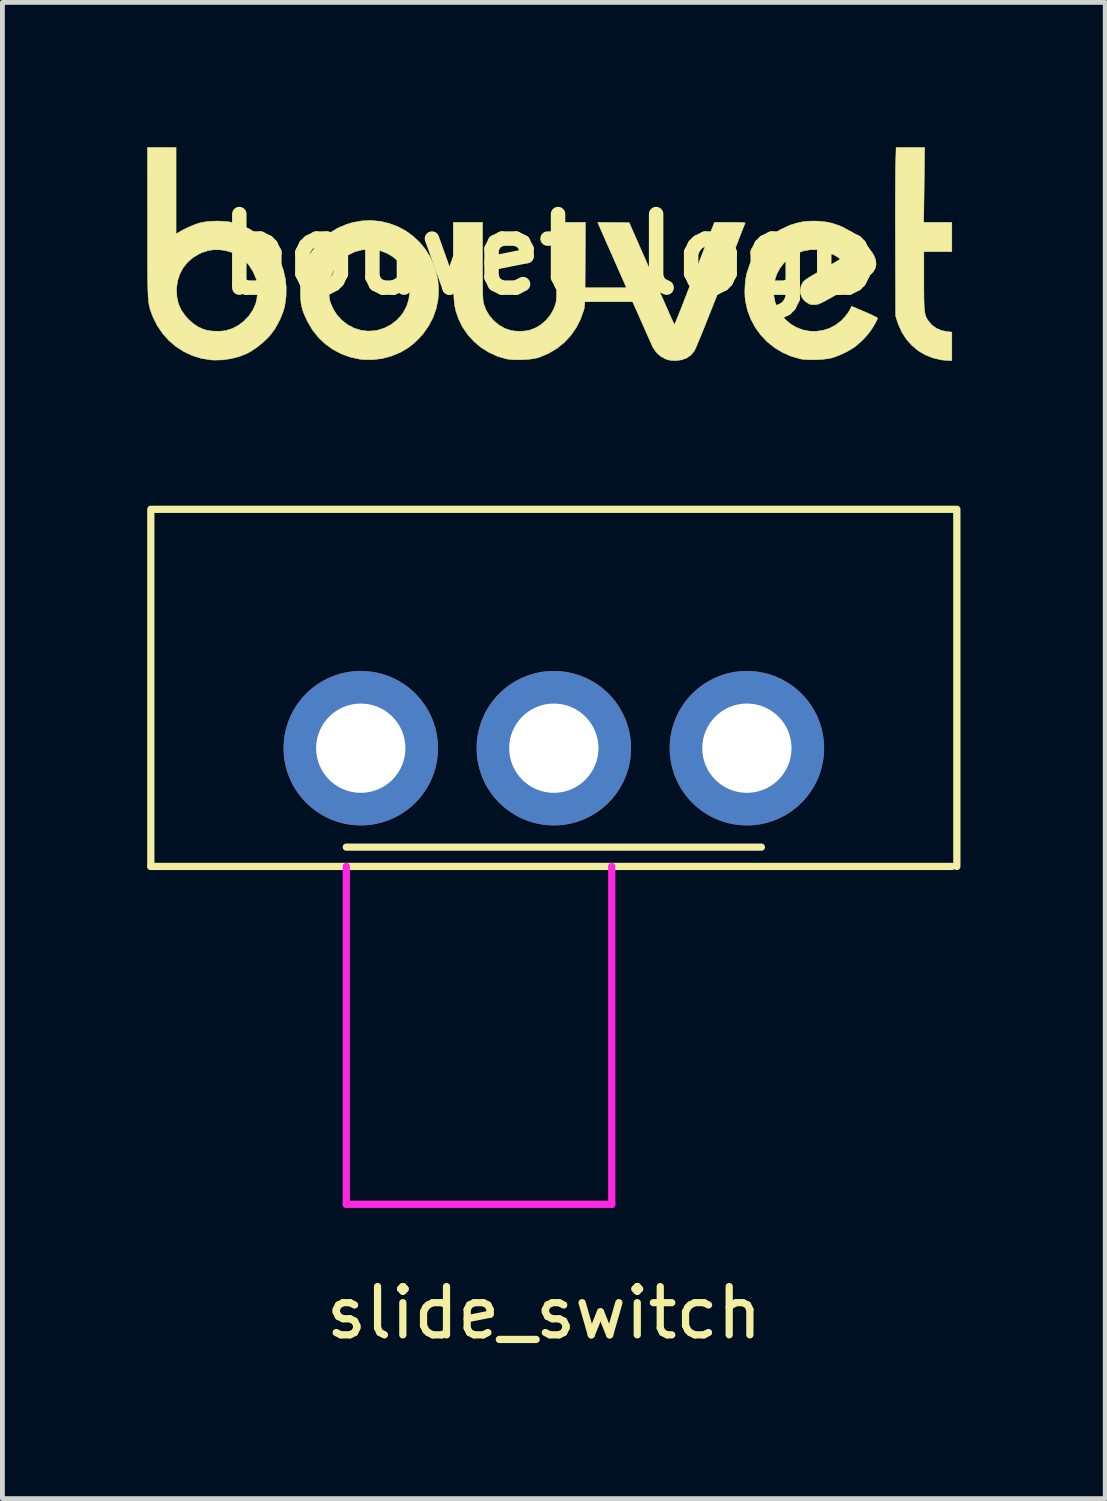
<source format=kicad_pcb>
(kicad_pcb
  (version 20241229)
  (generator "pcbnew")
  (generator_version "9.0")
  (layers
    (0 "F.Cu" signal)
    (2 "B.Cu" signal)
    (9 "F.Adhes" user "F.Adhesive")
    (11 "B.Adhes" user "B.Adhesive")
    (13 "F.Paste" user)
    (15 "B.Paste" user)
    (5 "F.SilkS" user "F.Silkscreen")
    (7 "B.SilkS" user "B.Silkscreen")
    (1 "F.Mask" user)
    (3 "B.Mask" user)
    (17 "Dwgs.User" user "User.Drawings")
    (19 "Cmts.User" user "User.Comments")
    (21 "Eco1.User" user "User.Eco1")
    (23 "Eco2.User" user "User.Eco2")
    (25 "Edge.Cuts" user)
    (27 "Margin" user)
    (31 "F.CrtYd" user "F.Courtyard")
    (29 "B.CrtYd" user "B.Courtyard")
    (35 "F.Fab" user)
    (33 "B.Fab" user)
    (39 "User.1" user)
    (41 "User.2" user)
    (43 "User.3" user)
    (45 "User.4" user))
  (footprint "slide_switch"
    (layer "F.Cu")
    (at 8.425 11.202)
    (property "Reference" "slide_switch" (at -0.2 12.95 0) (layer "F.SilkS") (effects (font (size 1 1) (thickness 0.15))))
    (attr through_hole)
    (fp_line (start -8.35 -3.7) (end -8.35 3.7) (stroke (width 0.15) (type solid)) (layer "F.SilkS"))
    (fp_line (start -8.35 3.7) (end 8.25 3.7) (stroke (width 0.15) (type solid)) (layer "F.SilkS"))
    (fp_line (start -8.3 -3.7) (end 8.3 -3.7) (stroke (width 0.15) (type solid)) (layer "F.SilkS"))
    (fp_line (start -4.3 3.3) (end 4.3 3.3) (stroke (width 0.15) (type solid)) (layer "F.SilkS"))
    (fp_line (start 8.35 -3.7) (end 8.35 3.7) (stroke (width 0.15) (type solid)) (layer "F.SilkS"))
    (fp_line (start -4.3 3.7) (end -4.3 10.7) (stroke (width 0.15) (type solid)) (layer "F.CrtYd"))
    (fp_line (start -4.3 10.7) (end 1.2 10.7) (stroke (width 0.15) (type solid)) (layer "F.CrtYd"))
    (fp_line (start 1.2 3.7) (end 1.2 10.7) (stroke (width 0.15) (type solid)) (layer "F.CrtYd"))
    (pad "1" thru_hole circle (at -4 1.25) (size 3.2 3.2) (drill 1.85) (layers "*.Cu" "*.Mask"))
    (pad "2" thru_hole circle (at 0 1.25) (size 3.2 3.2) (drill 1.85) (layers "*.Cu" "*.Mask"))
    (pad "3" thru_hole circle (at 4 1.25) (size 3.2 3.2) (drill 1.85) (layers "*.Cu" "*.Mask")))
  (footprint "bouvet_logo"
    (layer "F.Cu")
    (at 8.331 2.22)
    (property "Reference" "bouvet_logo" (at 0 0 0) (layer "F.SilkS") (effects (font (size 1.524 1.524) (thickness 0.3))))
    (attr through_hole)
    (fp_poly (pts (xy 7.767 -1.439) (xy 7.757 -0.663) (xy 8.34 -0.663) (xy 8.34 -0.056) (xy 7.761 -0.056) (xy 7.761 0.54) (xy 7.761 0.7) (xy 7.762 0.834) (xy 7.763 0.945) (xy 7.766 1.037) (xy 7.77 1.112) (xy 7.776 1.172) (xy 7.784 1.222) (xy 7.794 1.262) (xy 7.806 1.297) (xy 7.822 1.329) (xy 7.841 1.361) (xy 7.853 1.378) (xy 7.927 1.465) (xy 8.019 1.532) (xy 8.128 1.578) (xy 8.244 1.601) (xy 8.34 1.611) (xy 8.34 2.201) (xy 8.273 2.2) (xy 8.219 2.196) (xy 8.156 2.19) (xy 8.121 2.186) (xy 7.951 2.147) (xy 7.791 2.083) (xy 7.645 1.997) (xy 7.514 1.888) (xy 7.4 1.76) (xy 7.305 1.613) (xy 7.231 1.449) (xy 7.208 1.38) (xy 7.176 1.277) (xy 7.171 -0.127) (xy 7.171 -0.332) (xy 7.17 -0.536) (xy 7.17 -0.735) (xy 7.17 -0.927) (xy 7.17 -1.109) (xy 7.171 -1.28) (xy 7.171 -1.435) (xy 7.172 -1.573) (xy 7.173 -1.692) (xy 7.174 -1.788) (xy 7.176 -1.859) (xy 7.176 -1.873) (xy 7.186 -2.215) (xy 7.777 -2.215) (xy 7.767 -1.439)) (stroke (width 0.01) (type solid)) (fill yes) (layer "F.SilkS"))
    (fp_poly (pts (xy -1.383 0.136) (xy -1.383 0.311) (xy -1.382 0.46) (xy -1.382 0.585) (xy -1.381 0.69) (xy -1.38 0.775) (xy -1.378 0.844) (xy -1.375 0.899) (xy -1.373 0.942) (xy -1.369 0.976) (xy -1.365 1.002) (xy -1.361 1.021) (xy -1.313 1.15) (xy -1.242 1.27) (xy -1.15 1.376) (xy -1.043 1.465) (xy -0.922 1.534) (xy -0.811 1.573) (xy -0.723 1.588) (xy -0.621 1.594) (xy -0.518 1.589) (xy -0.427 1.575) (xy -0.417 1.573) (xy -0.286 1.525) (xy -0.167 1.453) (xy -0.061 1.36) (xy 0.028 1.249) (xy 0.096 1.125) (xy 0.134 1.015) (xy 0.139 0.994) (xy 0.143 0.965) (xy 0.146 0.925) (xy 0.149 0.874) (xy 0.151 0.808) (xy 0.152 0.726) (xy 0.154 0.624) (xy 0.154 0.502) (xy 0.155 0.357) (xy 0.155 0.186) (xy 0.155 0.138) (xy 0.155 -0.663) (xy 0.749 -0.663) (xy 0.744 0.201) (xy 0.743 0.38) (xy 0.742 0.534) (xy 0.741 0.664) (xy 0.74 0.772) (xy 0.739 0.862) (xy 0.737 0.935) (xy 0.735 0.993) (xy 0.732 1.04) (xy 0.729 1.076) (xy 0.725 1.105) (xy 0.721 1.129) (xy 0.715 1.151) (xy 0.714 1.157) (xy 0.645 1.349) (xy 0.553 1.526) (xy 0.441 1.686) (xy 0.309 1.827) (xy 0.159 1.948) (xy -0.008 2.048) (xy -0.189 2.125) (xy -0.255 2.146) (xy -0.33 2.162) (xy -0.424 2.174) (xy -0.531 2.181) (xy -0.64 2.184) (xy -0.745 2.182) (xy -0.837 2.174) (xy -0.894 2.165) (xy -1.079 2.11) (xy -1.253 2.03) (xy -1.414 1.929) (xy -1.559 1.807) (xy -1.686 1.667) (xy -1.793 1.512) (xy -1.878 1.342) (xy -1.933 1.184) (xy -1.944 1.137) (xy -1.955 1.088) (xy -1.963 1.034) (xy -1.97 0.973) (xy -1.976 0.902) (xy -1.98 0.818) (xy -1.984 0.72) (xy -1.986 0.605) (xy -1.988 0.469) (xy -1.989 0.311) (xy -1.989 0.128) (xy -1.989 0.074) (xy -1.99 -0.663) (xy -1.383 -0.663) (xy -1.383 0.136)) (stroke (width 0.01) (type solid)) (fill yes) (layer "F.SilkS"))
    (fp_poly (pts (xy 1.329 -0.66) (xy 1.656 -0.656) (xy 1.761 -0.416) (xy 1.789 -0.352) (xy 1.827 -0.267) (xy 1.872 -0.163) (xy 1.924 -0.046) (xy 1.98 0.081) (xy 2.039 0.215) (xy 2.099 0.349) (xy 2.138 0.437) (xy 2.196 0.57) (xy 2.254 0.701) (xy 2.31 0.828) (xy 2.363 0.946) (xy 2.41 1.053) (xy 2.45 1.144) (xy 2.481 1.215) (xy 2.498 1.252) (xy 2.528 1.321) (xy 2.555 1.38) (xy 2.577 1.424) (xy 2.591 1.449) (xy 2.595 1.453) (xy 2.601 1.44) (xy 2.617 1.404) (xy 2.641 1.346) (xy 2.671 1.271) (xy 2.708 1.18) (xy 2.749 1.076) (xy 2.793 0.962) (xy 2.82 0.892) (xy 2.877 0.746) (xy 2.939 0.586) (xy 3.004 0.418) (xy 3.069 0.249) (xy 3.132 0.087) (xy 3.189 -0.062) (xy 3.229 -0.166) (xy 3.422 -0.663) (xy 3.744 -0.663) (xy 3.835 -0.663) (xy 3.916 -0.661) (xy 3.982 -0.66) (xy 4.03 -0.657) (xy 4.056 -0.654) (xy 4.059 -0.653) (xy 4.053 -0.637) (xy 4.037 -0.599) (xy 4.014 -0.541) (xy 3.986 -0.467) (xy 3.952 -0.381) (xy 3.915 -0.285) (xy 3.909 -0.268) (xy 3.812 -0.018) (xy 3.718 0.224) (xy 3.628 0.456) (xy 3.541 0.678) (xy 3.459 0.887) (xy 3.382 1.083) (xy 3.31 1.263) (xy 3.245 1.428) (xy 3.186 1.575) (xy 3.134 1.702) (xy 3.089 1.81) (xy 3.053 1.896) (xy 3.025 1.959) (xy 3.007 1.997) (xy 3.001 2.007) (xy 2.93 2.09) (xy 2.843 2.15) (xy 2.74 2.186) (xy 2.621 2.201) (xy 2.599 2.201) (xy 2.521 2.197) (xy 2.456 2.184) (xy 2.41 2.168) (xy 2.309 2.113) (xy 2.226 2.04) (xy 2.158 1.945) (xy 2.139 1.911) (xy 2.13 1.891) (xy 2.111 1.847) (xy 2.082 1.783) (xy 2.044 1.699) (xy 2 1.598) (xy 1.948 1.482) (xy 1.891 1.353) (xy 1.83 1.214) (xy 1.764 1.067) (xy 1.697 0.913) (xy 1.627 0.756) (xy 1.557 0.597) (xy 1.487 0.439) (xy 1.418 0.283) (xy 1.352 0.132) (xy 1.288 -0.012) (xy 1.229 -0.146) (xy 1.175 -0.269) (xy 1.127 -0.378) (xy 1.086 -0.471) (xy 1.053 -0.547) (xy 1.029 -0.602) (xy 1.029 -0.604) (xy 1.003 -0.664) (xy 1.329 -0.66)) (stroke (width 0.01) (type solid)) (fill yes) (layer "F.SilkS"))
    (fp_poly (pts (xy -3.505 -0.685) (xy -3.322 -0.643) (xy -3.148 -0.578) (xy -2.983 -0.491) (xy -2.831 -0.383) (xy -2.693 -0.256) (xy -2.572 -0.111) (xy -2.47 0.052) (xy -2.388 0.23) (xy -2.35 0.345) (xy -2.307 0.542) (xy -2.293 0.738) (xy -2.305 0.932) (xy -2.343 1.122) (xy -2.408 1.305) (xy -2.498 1.479) (xy -2.612 1.642) (xy -2.716 1.758) (xy -2.825 1.859) (xy -2.935 1.942) (xy -3.056 2.014) (xy -3.097 2.035) (xy -3.274 2.108) (xy -3.46 2.158) (xy -3.65 2.182) (xy -3.839 2.181) (xy -3.929 2.172) (xy -4.125 2.129) (xy -4.311 2.061) (xy -4.484 1.969) (xy -4.642 1.855) (xy -4.784 1.72) (xy -4.907 1.565) (xy -5.009 1.391) (xy -5.017 1.376) (xy -5.065 1.272) (xy -5.102 1.181) (xy -5.127 1.095) (xy -5.144 1.007) (xy -5.153 0.909) (xy -5.156 0.793) (xy -5.156 0.741) (xy -4.563 0.741) (xy -4.563 0.82) (xy -4.56 0.879) (xy -4.555 0.925) (xy -4.546 0.964) (xy -4.532 1.006) (xy -4.527 1.019) (xy -4.468 1.149) (xy -4.395 1.26) (xy -4.303 1.361) (xy -4.302 1.362) (xy -4.181 1.457) (xy -4.049 1.527) (xy -3.909 1.572) (xy -3.762 1.591) (xy -3.612 1.582) (xy -3.563 1.573) (xy -3.42 1.529) (xy -3.286 1.46) (xy -3.166 1.369) (xy -3.063 1.258) (xy -3.021 1.199) (xy -2.954 1.071) (xy -2.911 0.932) (xy -2.892 0.787) (xy -2.896 0.641) (xy -2.924 0.498) (xy -2.976 0.362) (xy -3.02 0.283) (xy -3.116 0.159) (xy -3.228 0.058) (xy -3.355 -0.02) (xy -3.495 -0.073) (xy -3.646 -0.101) (xy -3.732 -0.105) (xy -3.886 -0.092) (xy -4.03 -0.053) (xy -4.162 0.01) (xy -4.28 0.097) (xy -4.383 0.205) (xy -4.468 0.334) (xy -4.527 0.462) (xy -4.543 0.506) (xy -4.553 0.545) (xy -4.559 0.588) (xy -4.562 0.643) (xy -4.563 0.715) (xy -4.563 0.741) (xy -5.156 0.741) (xy -5.156 0.734) (xy -5.156 0.641) (xy -5.154 0.571) (xy -5.151 0.516) (xy -5.145 0.471) (xy -5.136 0.428) (xy -5.124 0.383) (xy -5.117 0.36) (xy -5.045 0.164) (xy -4.95 -0.015) (xy -4.835 -0.177) (xy -4.702 -0.32) (xy -4.551 -0.443) (xy -4.383 -0.544) (xy -4.201 -0.621) (xy -4.08 -0.658) (xy -3.886 -0.693) (xy -3.694 -0.702) (xy -3.505 -0.685)) (stroke (width 0.01) (type solid)) (fill yes) (layer "F.SilkS"))
    (fp_poly (pts (xy -7.733 -0.422) (xy -7.673 -0.459) (xy -7.592 -0.505) (xy -7.497 -0.552) (xy -7.398 -0.596) (xy -7.305 -0.631) (xy -7.246 -0.65) (xy -7.138 -0.672) (xy -7.013 -0.685) (xy -6.88 -0.69) (xy -6.75 -0.685) (xy -6.631 -0.672) (xy -6.602 -0.666) (xy -6.41 -0.612) (xy -6.23 -0.534) (xy -6.063 -0.432) (xy -5.911 -0.31) (xy -5.777 -0.168) (xy -5.663 -0.009) (xy -5.571 0.165) (xy -5.513 0.318) (xy -5.471 0.496) (xy -5.451 0.684) (xy -5.454 0.873) (xy -5.48 1.058) (xy -5.489 1.1) (xy -5.522 1.206) (xy -5.568 1.322) (xy -5.625 1.438) (xy -5.686 1.544) (xy -5.702 1.568) (xy -5.796 1.69) (xy -5.913 1.807) (xy -6.043 1.915) (xy -6.181 2.008) (xy -6.258 2.05) (xy -6.413 2.114) (xy -6.583 2.159) (xy -6.761 2.186) (xy -6.939 2.191) (xy -7.021 2.186) (xy -7.215 2.154) (xy -7.4 2.096) (xy -7.574 2.014) (xy -7.735 1.91) (xy -7.882 1.785) (xy -8.011 1.64) (xy -8.122 1.478) (xy -8.211 1.3) (xy -8.254 1.185) (xy -8.265 1.152) (xy -8.275 1.12) (xy -8.283 1.088) (xy -8.291 1.054) (xy -8.297 1.015) (xy -8.303 0.972) (xy -8.308 0.921) (xy -8.312 0.861) (xy -8.315 0.79) (xy -8.317 0.734) (xy -7.724 0.734) (xy -7.715 0.886) (xy -7.684 1.023) (xy -7.629 1.148) (xy -7.549 1.265) (xy -7.473 1.349) (xy -7.374 1.438) (xy -7.274 1.504) (xy -7.166 1.552) (xy -7.098 1.572) (xy -7.028 1.585) (xy -6.941 1.592) (xy -6.848 1.593) (xy -6.761 1.588) (xy -6.7 1.579) (xy -6.566 1.537) (xy -6.44 1.47) (xy -6.325 1.382) (xy -6.225 1.277) (xy -6.143 1.156) (xy -6.084 1.025) (xy -6.081 1.015) (xy -6.06 0.928) (xy -6.048 0.827) (xy -6.045 0.722) (xy -6.05 0.621) (xy -6.065 0.534) (xy -6.073 0.508) (xy -6.137 0.359) (xy -6.22 0.228) (xy -6.321 0.117) (xy -6.438 0.028) (xy -6.57 -0.038) (xy -6.714 -0.08) (xy -6.833 -0.095) (xy -6.96 -0.095) (xy -7.075 -0.077) (xy -7.19 -0.039) (xy -7.249 -0.013) (xy -7.38 0.065) (xy -7.493 0.163) (xy -7.586 0.278) (xy -7.656 0.408) (xy -7.702 0.55) (xy -7.723 0.701) (xy -7.724 0.734) (xy -8.317 0.734) (xy -8.318 0.708) (xy -8.32 0.611) (xy -8.322 0.498) (xy -8.323 0.368) (xy -8.324 0.219) (xy -8.325 0.049) (xy -8.325 -0.143) (xy -8.325 -0.36) (xy -8.325 -0.602) (xy -8.325 -0.695) (xy -8.326 -2.215) (xy -7.733 -2.215) (xy -7.733 -0.422)) (stroke (width 0.01) (type solid)) (fill yes) (layer "F.SilkS"))
    (fp_poly (pts (xy 5.553 -0.688) (xy 5.715 -0.674) (xy 5.863 -0.644) (xy 6.008 -0.595) (xy 6.092 -0.558) (xy 6.232 -0.481) (xy 6.367 -0.384) (xy 6.493 -0.273) (xy 6.604 -0.152) (xy 6.695 -0.027) (xy 6.731 0.035) (xy 6.764 0.124) (xy 6.771 0.212) (xy 6.752 0.294) (xy 6.706 0.368) (xy 6.673 0.403) (xy 6.65 0.419) (xy 6.606 0.447) (xy 6.543 0.486) (xy 6.464 0.534) (xy 6.372 0.588) (xy 6.269 0.648) (xy 6.16 0.712) (xy 6.11 0.741) (xy 5.983 0.813) (xy 5.879 0.873) (xy 5.794 0.921) (xy 5.726 0.958) (xy 5.672 0.987) (xy 5.629 1.008) (xy 5.596 1.023) (xy 5.569 1.032) (xy 5.546 1.037) (xy 5.525 1.04) (xy 5.509 1.042) (xy 5.448 1.042) (xy 5.401 1.033) (xy 5.367 1.018) (xy 5.291 0.965) (xy 5.236 0.898) (xy 5.205 0.82) (xy 5.198 0.737) (xy 5.217 0.652) (xy 5.248 0.591) (xy 5.261 0.572) (xy 5.279 0.553) (xy 5.303 0.532) (xy 5.336 0.508) (xy 5.382 0.478) (xy 5.444 0.441) (xy 5.523 0.394) (xy 5.624 0.336) (xy 5.653 0.319) (xy 5.745 0.266) (xy 5.829 0.218) (xy 5.902 0.176) (xy 5.96 0.142) (xy 6.001 0.118) (xy 6.022 0.105) (xy 6.024 0.104) (xy 6.02 0.092) (xy 5.995 0.071) (xy 5.953 0.043) (xy 5.9 0.012) (xy 5.863 -0.007) (xy 5.717 -0.065) (xy 5.568 -0.095) (xy 5.42 -0.098) (xy 5.275 -0.074) (xy 5.134 -0.023) (xy 4.999 0.056) (xy 4.973 0.075) (xy 4.864 0.175) (xy 4.776 0.29) (xy 4.71 0.417) (xy 4.667 0.553) (xy 4.646 0.695) (xy 4.649 0.839) (xy 4.676 0.981) (xy 4.728 1.119) (xy 4.793 1.233) (xy 4.888 1.348) (xy 4.998 1.442) (xy 5.12 1.514) (xy 5.251 1.564) (xy 5.388 1.591) (xy 5.527 1.595) (xy 5.666 1.576) (xy 5.8 1.534) (xy 5.928 1.468) (xy 6.045 1.378) (xy 6.075 1.349) (xy 6.127 1.292) (xy 6.175 1.231) (xy 6.213 1.175) (xy 6.22 1.162) (xy 6.265 1.075) (xy 6.533 1.19) (xy 6.614 1.225) (xy 6.685 1.258) (xy 6.742 1.285) (xy 6.782 1.306) (xy 6.801 1.319) (xy 6.802 1.321) (xy 6.794 1.345) (xy 6.774 1.387) (xy 6.746 1.44) (xy 6.711 1.499) (xy 6.674 1.557) (xy 6.651 1.591) (xy 6.576 1.685) (xy 6.486 1.781) (xy 6.389 1.869) (xy 6.316 1.926) (xy 6.227 1.982) (xy 6.121 2.039) (xy 6.008 2.09) (xy 5.9 2.131) (xy 5.847 2.147) (xy 5.773 2.162) (xy 5.678 2.173) (xy 5.573 2.181) (xy 5.464 2.184) (xy 5.359 2.182) (xy 5.268 2.176) (xy 5.207 2.167) (xy 5.014 2.113) (xy 4.834 2.034) (xy 4.667 1.933) (xy 4.516 1.812) (xy 4.383 1.672) (xy 4.269 1.516) (xy 4.177 1.345) (xy 4.107 1.161) (xy 4.064 0.97) (xy 4.054 0.873) (xy 4.051 0.759) (xy 4.056 0.638) (xy 4.068 0.523) (xy 4.085 0.422) (xy 4.09 0.4) (xy 4.154 0.209) (xy 4.241 0.031) (xy 4.35 -0.133) (xy 4.479 -0.279) (xy 4.627 -0.406) (xy 4.79 -0.513) (xy 4.968 -0.596) (xy 5.021 -0.616) (xy 5.138 -0.651) (xy 5.246 -0.674) (xy 5.357 -0.687) (xy 5.48 -0.69) (xy 5.553 -0.688)) (stroke (width 0.01) (type solid)) (fill yes) (layer "F.SilkS")))
  (gr_rect
    (start -3 -3)
    (end 19.85 28)
    (stroke (width 0.1) (type default))
    (fill no)
    (layer "Edge.Cuts")))
</source>
